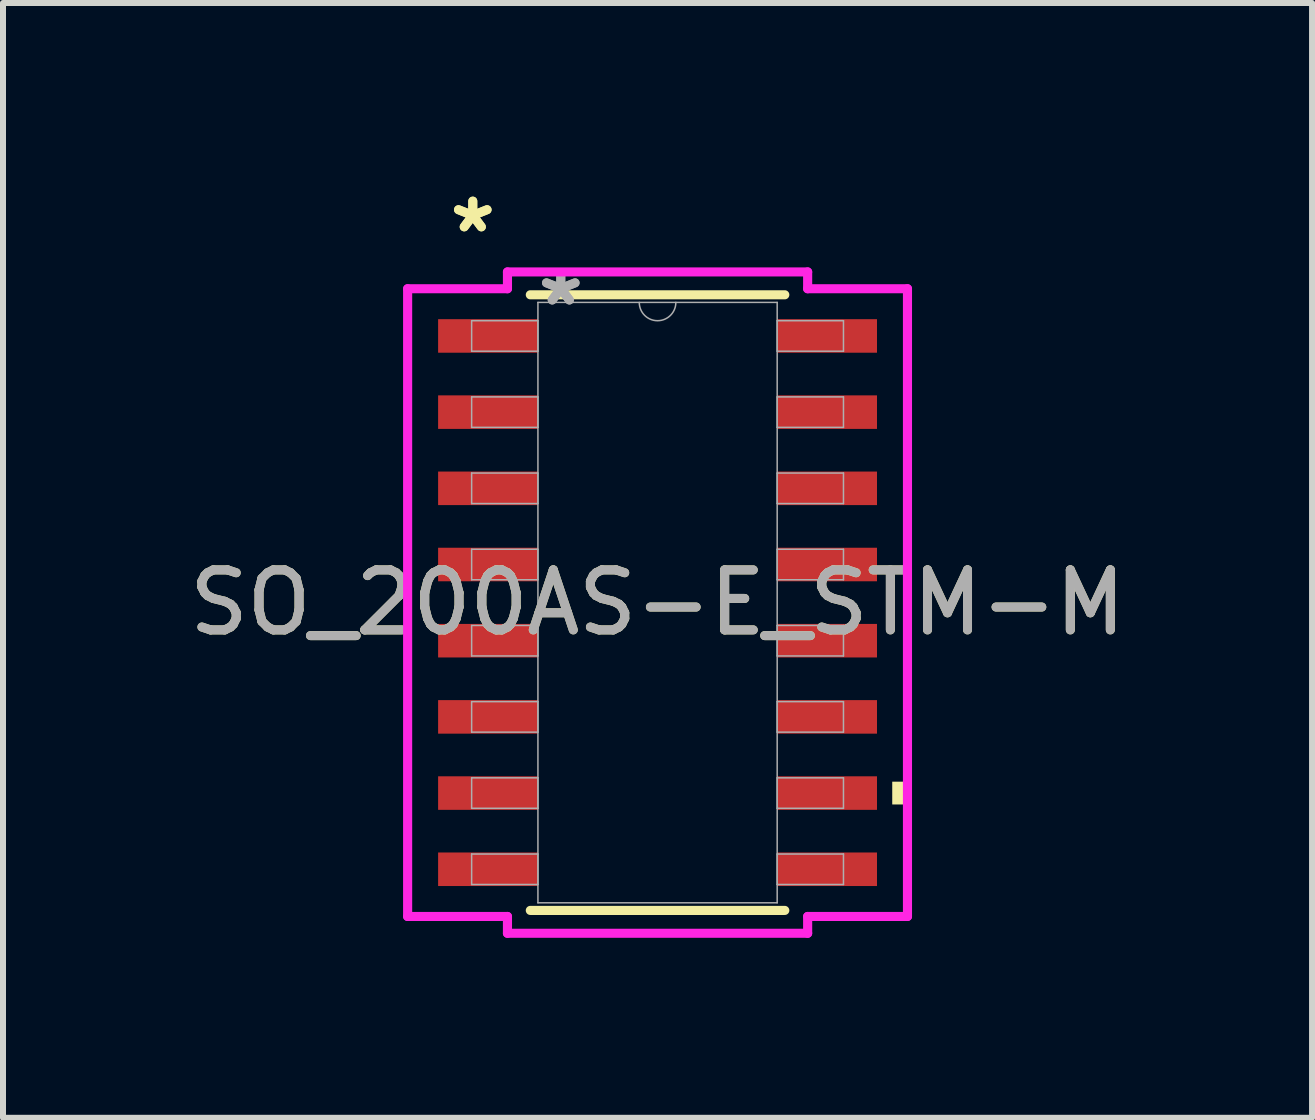
<source format=kicad_pcb>
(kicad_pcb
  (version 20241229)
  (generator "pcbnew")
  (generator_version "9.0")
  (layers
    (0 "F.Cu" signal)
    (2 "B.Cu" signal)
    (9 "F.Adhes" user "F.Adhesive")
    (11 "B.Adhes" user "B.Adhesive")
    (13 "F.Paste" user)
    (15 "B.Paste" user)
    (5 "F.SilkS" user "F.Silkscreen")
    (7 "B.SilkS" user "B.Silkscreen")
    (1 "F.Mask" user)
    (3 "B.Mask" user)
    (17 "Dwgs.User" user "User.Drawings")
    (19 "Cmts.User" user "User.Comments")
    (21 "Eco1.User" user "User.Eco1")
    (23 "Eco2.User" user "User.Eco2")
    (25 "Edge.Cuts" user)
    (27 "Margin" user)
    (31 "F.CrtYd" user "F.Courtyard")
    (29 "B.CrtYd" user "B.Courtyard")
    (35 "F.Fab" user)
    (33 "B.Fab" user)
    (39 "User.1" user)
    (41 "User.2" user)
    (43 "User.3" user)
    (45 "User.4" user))
  (footprint "SO_200AS-E_STM-M"
    (layer "F.Cu")
    (at 7.911 6.995)
    (property "Reference" "SO_200AS-E_STM-M" (at 0 0 0) (unlocked yes) (layer "F.SilkS") (effects (font (size 1 1) (thickness 0.15))))
    (attr smd)
    (fp_line (start -2.121 5.131) (end 2.121 5.131) (stroke (width 0.152) (type solid)) (layer "F.SilkS"))
    (fp_line (start 2.121 -5.131) (end -2.121 -5.131) (stroke (width 0.152) (type solid)) (layer "F.SilkS"))
    (fp_poly (pts (xy 4.166 2.985) (xy 4.166 3.365) (xy 3.912 3.365) (xy 3.912 2.985)) (stroke (width 0) (type solid)) (fill yes) (layer "F.SilkS"))
    (fp_line (start -4.166 -5.232) (end -2.502 -5.232) (stroke (width 0.152) (type solid)) (layer "F.CrtYd"))
    (fp_line (start -4.166 5.232) (end -4.166 -5.232) (stroke (width 0.152) (type solid)) (layer "F.CrtYd"))
    (fp_line (start -4.166 5.232) (end -2.502 5.232) (stroke (width 0.152) (type solid)) (layer "F.CrtYd"))
    (fp_line (start -2.502 -5.512) (end 2.502 -5.512) (stroke (width 0.152) (type solid)) (layer "F.CrtYd"))
    (fp_line (start -2.502 -5.232) (end -2.502 -5.512) (stroke (width 0.152) (type solid)) (layer "F.CrtYd"))
    (fp_line (start -2.502 5.512) (end -2.502 5.232) (stroke (width 0.152) (type solid)) (layer "F.CrtYd"))
    (fp_line (start 2.502 -5.512) (end 2.502 -5.232) (stroke (width 0.152) (type solid)) (layer "F.CrtYd"))
    (fp_line (start 2.502 5.232) (end 2.502 5.512) (stroke (width 0.152) (type solid)) (layer "F.CrtYd"))
    (fp_line (start 2.502 5.512) (end -2.502 5.512) (stroke (width 0.152) (type solid)) (layer "F.CrtYd"))
    (fp_line (start 4.166 -5.232) (end 2.502 -5.232) (stroke (width 0.152) (type solid)) (layer "F.CrtYd"))
    (fp_line (start 4.166 -5.232) (end 4.166 5.232) (stroke (width 0.152) (type solid)) (layer "F.CrtYd"))
    (fp_line (start 4.166 5.232) (end 2.502 5.232) (stroke (width 0.152) (type solid)) (layer "F.CrtYd"))
    (fp_line (start -3.099 -4.699) (end -3.099 -4.191) (stroke (width 0.025) (type solid)) (layer "F.Fab"))
    (fp_line (start -3.099 -4.191) (end -1.994 -4.191) (stroke (width 0.025) (type solid)) (layer "F.Fab"))
    (fp_line (start -3.099 -3.429) (end -3.099 -2.921) (stroke (width 0.025) (type solid)) (layer "F.Fab"))
    (fp_line (start -3.099 -2.921) (end -1.994 -2.921) (stroke (width 0.025) (type solid)) (layer "F.Fab"))
    (fp_line (start -3.099 -2.159) (end -3.099 -1.651) (stroke (width 0.025) (type solid)) (layer "F.Fab"))
    (fp_line (start -3.099 -1.651) (end -1.994 -1.651) (stroke (width 0.025) (type solid)) (layer "F.Fab"))
    (fp_line (start -3.099 -0.889) (end -3.099 -0.381) (stroke (width 0.025) (type solid)) (layer "F.Fab"))
    (fp_line (start -3.099 -0.381) (end -1.994 -0.381) (stroke (width 0.025) (type solid)) (layer "F.Fab"))
    (fp_line (start -3.099 0.381) (end -3.099 0.889) (stroke (width 0.025) (type solid)) (layer "F.Fab"))
    (fp_line (start -3.099 0.889) (end -1.994 0.889) (stroke (width 0.025) (type solid)) (layer "F.Fab"))
    (fp_line (start -3.099 1.651) (end -3.099 2.159) (stroke (width 0.025) (type solid)) (layer "F.Fab"))
    (fp_line (start -3.099 2.159) (end -1.994 2.159) (stroke (width 0.025) (type solid)) (layer "F.Fab"))
    (fp_line (start -3.099 2.921) (end -3.099 3.429) (stroke (width 0.025) (type solid)) (layer "F.Fab"))
    (fp_line (start -3.099 3.429) (end -1.994 3.429) (stroke (width 0.025) (type solid)) (layer "F.Fab"))
    (fp_line (start -3.099 4.191) (end -3.099 4.699) (stroke (width 0.025) (type solid)) (layer "F.Fab"))
    (fp_line (start -3.099 4.699) (end -1.994 4.699) (stroke (width 0.025) (type solid)) (layer "F.Fab"))
    (fp_line (start -1.994 -5.004) (end -1.994 5.004) (stroke (width 0.025) (type solid)) (layer "F.Fab"))
    (fp_line (start -1.994 -4.699) (end -3.099 -4.699) (stroke (width 0.025) (type solid)) (layer "F.Fab"))
    (fp_line (start -1.994 -4.191) (end -1.994 -4.699) (stroke (width 0.025) (type solid)) (layer "F.Fab"))
    (fp_line (start -1.994 -3.429) (end -3.099 -3.429) (stroke (width 0.025) (type solid)) (layer "F.Fab"))
    (fp_line (start -1.994 -2.921) (end -1.994 -3.429) (stroke (width 0.025) (type solid)) (layer "F.Fab"))
    (fp_line (start -1.994 -2.159) (end -3.099 -2.159) (stroke (width 0.025) (type solid)) (layer "F.Fab"))
    (fp_line (start -1.994 -1.651) (end -1.994 -2.159) (stroke (width 0.025) (type solid)) (layer "F.Fab"))
    (fp_line (start -1.994 -0.889) (end -3.099 -0.889) (stroke (width 0.025) (type solid)) (layer "F.Fab"))
    (fp_line (start -1.994 -0.381) (end -1.994 -0.889) (stroke (width 0.025) (type solid)) (layer "F.Fab"))
    (fp_line (start -1.994 0.381) (end -3.099 0.381) (stroke (width 0.025) (type solid)) (layer "F.Fab"))
    (fp_line (start -1.994 0.889) (end -1.994 0.381) (stroke (width 0.025) (type solid)) (layer "F.Fab"))
    (fp_line (start -1.994 1.651) (end -3.099 1.651) (stroke (width 0.025) (type solid)) (layer "F.Fab"))
    (fp_line (start -1.994 2.159) (end -1.994 1.651) (stroke (width 0.025) (type solid)) (layer "F.Fab"))
    (fp_line (start -1.994 2.921) (end -3.099 2.921) (stroke (width 0.025) (type solid)) (layer "F.Fab"))
    (fp_line (start -1.994 3.429) (end -1.994 2.921) (stroke (width 0.025) (type solid)) (layer "F.Fab"))
    (fp_line (start -1.994 4.191) (end -3.099 4.191) (stroke (width 0.025) (type solid)) (layer "F.Fab"))
    (fp_line (start -1.994 4.699) (end -1.994 4.191) (stroke (width 0.025) (type solid)) (layer "F.Fab"))
    (fp_line (start -1.994 5.004) (end 1.994 5.004) (stroke (width 0.025) (type solid)) (layer "F.Fab"))
    (fp_line (start 1.994 -5.004) (end -1.994 -5.004) (stroke (width 0.025) (type solid)) (layer "F.Fab"))
    (fp_line (start 1.994 -4.699) (end 1.994 -4.191) (stroke (width 0.025) (type solid)) (layer "F.Fab"))
    (fp_line (start 1.994 -4.191) (end 3.099 -4.191) (stroke (width 0.025) (type solid)) (layer "F.Fab"))
    (fp_line (start 1.994 -3.429) (end 1.994 -2.921) (stroke (width 0.025) (type solid)) (layer "F.Fab"))
    (fp_line (start 1.994 -2.921) (end 3.099 -2.921) (stroke (width 0.025) (type solid)) (layer "F.Fab"))
    (fp_line (start 1.994 -2.159) (end 1.994 -1.651) (stroke (width 0.025) (type solid)) (layer "F.Fab"))
    (fp_line (start 1.994 -1.651) (end 3.099 -1.651) (stroke (width 0.025) (type solid)) (layer "F.Fab"))
    (fp_line (start 1.994 -0.889) (end 1.994 -0.381) (stroke (width 0.025) (type solid)) (layer "F.Fab"))
    (fp_line (start 1.994 -0.381) (end 3.099 -0.381) (stroke (width 0.025) (type solid)) (layer "F.Fab"))
    (fp_line (start 1.994 0.381) (end 1.994 0.889) (stroke (width 0.025) (type solid)) (layer "F.Fab"))
    (fp_line (start 1.994 0.889) (end 3.099 0.889) (stroke (width 0.025) (type solid)) (layer "F.Fab"))
    (fp_line (start 1.994 1.651) (end 1.994 2.159) (stroke (width 0.025) (type solid)) (layer "F.Fab"))
    (fp_line (start 1.994 2.159) (end 3.099 2.159) (stroke (width 0.025) (type solid)) (layer "F.Fab"))
    (fp_line (start 1.994 2.921) (end 1.994 3.429) (stroke (width 0.025) (type solid)) (layer "F.Fab"))
    (fp_line (start 1.994 3.429) (end 3.099 3.429) (stroke (width 0.025) (type solid)) (layer "F.Fab"))
    (fp_line (start 1.994 4.191) (end 1.994 4.699) (stroke (width 0.025) (type solid)) (layer "F.Fab"))
    (fp_line (start 1.994 4.699) (end 3.099 4.699) (stroke (width 0.025) (type solid)) (layer "F.Fab"))
    (fp_line (start 1.994 5.004) (end 1.994 -5.004) (stroke (width 0.025) (type solid)) (layer "F.Fab"))
    (fp_line (start 3.099 -4.699) (end 1.994 -4.699) (stroke (width 0.025) (type solid)) (layer "F.Fab"))
    (fp_line (start 3.099 -4.191) (end 3.099 -4.699) (stroke (width 0.025) (type solid)) (layer "F.Fab"))
    (fp_line (start 3.099 -3.429) (end 1.994 -3.429) (stroke (width 0.025) (type solid)) (layer "F.Fab"))
    (fp_line (start 3.099 -2.921) (end 3.099 -3.429) (stroke (width 0.025) (type solid)) (layer "F.Fab"))
    (fp_line (start 3.099 -2.159) (end 1.994 -2.159) (stroke (width 0.025) (type solid)) (layer "F.Fab"))
    (fp_line (start 3.099 -1.651) (end 3.099 -2.159) (stroke (width 0.025) (type solid)) (layer "F.Fab"))
    (fp_line (start 3.099 -0.889) (end 1.994 -0.889) (stroke (width 0.025) (type solid)) (layer "F.Fab"))
    (fp_line (start 3.099 -0.381) (end 3.099 -0.889) (stroke (width 0.025) (type solid)) (layer "F.Fab"))
    (fp_line (start 3.099 0.381) (end 1.994 0.381) (stroke (width 0.025) (type solid)) (layer "F.Fab"))
    (fp_line (start 3.099 0.889) (end 3.099 0.381) (stroke (width 0.025) (type solid)) (layer "F.Fab"))
    (fp_line (start 3.099 1.651) (end 1.994 1.651) (stroke (width 0.025) (type solid)) (layer "F.Fab"))
    (fp_line (start 3.099 2.159) (end 3.099 1.651) (stroke (width 0.025) (type solid)) (layer "F.Fab"))
    (fp_line (start 3.099 2.921) (end 1.994 2.921) (stroke (width 0.025) (type solid)) (layer "F.Fab"))
    (fp_line (start 3.099 3.429) (end 3.099 2.921) (stroke (width 0.025) (type solid)) (layer "F.Fab"))
    (fp_line (start 3.099 4.191) (end 1.994 4.191) (stroke (width 0.025) (type solid)) (layer "F.Fab"))
    (fp_line (start 3.099 4.699) (end 3.099 4.191) (stroke (width 0.025) (type solid)) (layer "F.Fab"))
    (fp_arc (start 0.3048 -5.0038) (mid 0 -4.699) (end -0.3048 -5.0038) (stroke (width 0.0254) (type solid)) (layer "F.Fab"))
    (fp_text user "*" (at -3.08 -6.147 0) (layer "F.SilkS") (effects (font (size 1 1) (thickness 0.15))))
    (fp_text user "*" (at -3.08 -6.147 0) (unlocked yes) (layer "F.SilkS") (effects (font (size 1 1) (thickness 0.15))))
    (fp_text user "${REFERENCE}" (at 0 0 0) (unlocked yes) (layer "F.Fab") (effects (font (size 1 1) (thickness 0.15))))
    (fp_text user "*" (at -1.613 -4.928 0) (layer "F.Fab") (effects (font (size 1 1) (thickness 0.15))))
    (fp_text user "*" (at -1.613 -4.928 0) (unlocked yes) (layer "F.Fab") (effects (font (size 1 1) (thickness 0.15))))
    (pad "1" smd rect (at -2.826 -4.445) (size 1.664 0.559) (layers "F.Cu" "F.Mask" "F.Paste"))
    (pad "2" smd rect (at -2.826 -3.175) (size 1.664 0.559) (layers "F.Cu" "F.Mask" "F.Paste"))
    (pad "3" smd rect (at -2.826 -1.905) (size 1.664 0.559) (layers "F.Cu" "F.Mask" "F.Paste"))
    (pad "4" smd rect (at -2.826 -0.635) (size 1.664 0.559) (layers "F.Cu" "F.Mask" "F.Paste"))
    (pad "5" smd rect (at -2.826 0.635) (size 1.664 0.559) (layers "F.Cu" "F.Mask" "F.Paste"))
    (pad "6" smd rect (at -2.826 1.905) (size 1.664 0.559) (layers "F.Cu" "F.Mask" "F.Paste"))
    (pad "7" smd rect (at -2.826 3.175) (size 1.664 0.559) (layers "F.Cu" "F.Mask" "F.Paste"))
    (pad "8" smd rect (at -2.826 4.445) (size 1.664 0.559) (layers "F.Cu" "F.Mask" "F.Paste"))
    (pad "9" smd rect (at 2.826 4.445) (size 1.664 0.559) (layers "F.Cu" "F.Mask" "F.Paste"))
    (pad "10" smd rect (at 2.826 3.175) (size 1.664 0.559) (layers "F.Cu" "F.Mask" "F.Paste"))
    (pad "11" smd rect (at 2.826 1.905) (size 1.664 0.559) (layers "F.Cu" "F.Mask" "F.Paste"))
    (pad "12" smd rect (at 2.826 0.635) (size 1.664 0.559) (layers "F.Cu" "F.Mask" "F.Paste"))
    (pad "13" smd rect (at 2.826 -0.635) (size 1.664 0.559) (layers "F.Cu" "F.Mask" "F.Paste"))
    (pad "14" smd rect (at 2.826 -1.905) (size 1.664 0.559) (layers "F.Cu" "F.Mask" "F.Paste"))
    (pad "15" smd rect (at 2.826 -3.175) (size 1.664 0.559) (layers "F.Cu" "F.Mask" "F.Paste"))
    (pad "16" smd rect (at 2.826 -4.445) (size 1.664 0.559) (layers "F.Cu" "F.Mask" "F.Paste")))
  (gr_rect
    (start -3 -3)
    (end 18.821 15.583)
    (stroke (width 0.1) (type default))
    (fill no)
    (layer "Edge.Cuts")))
</source>
